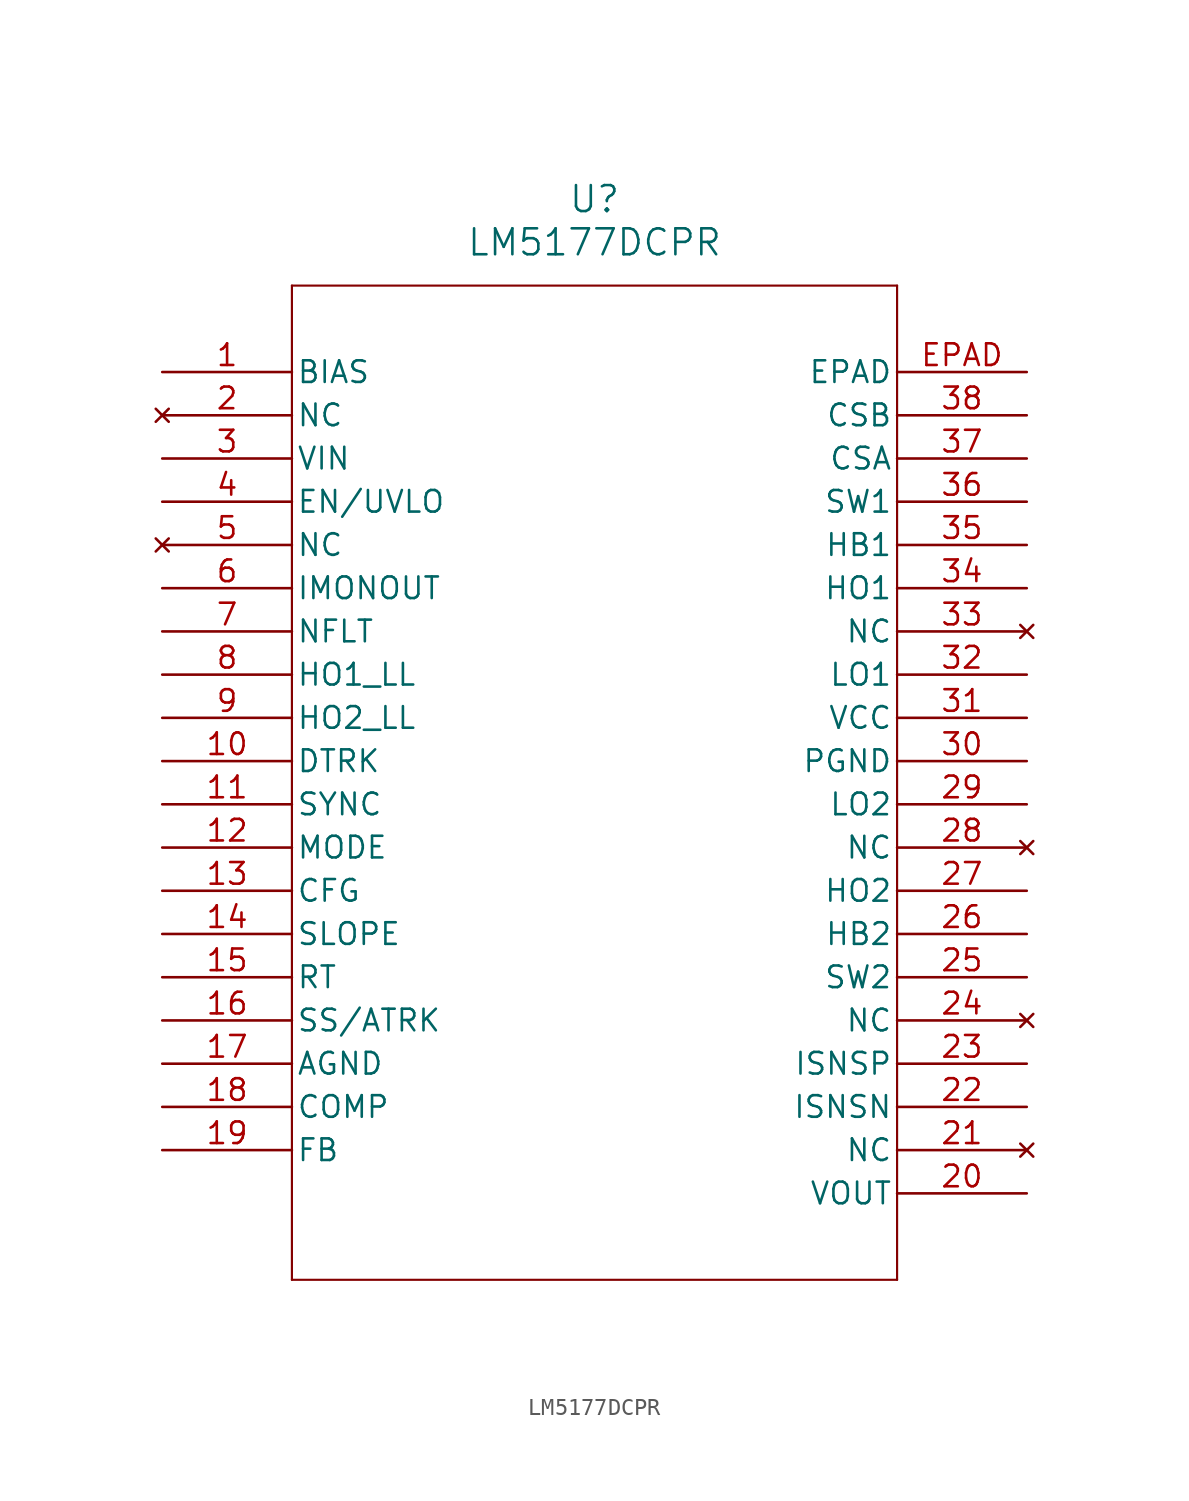
<source format=kicad_sym>
(kicad_symbol_lib
  (version 20211014)
  (generator kicad_symbol_editor)
  (symbol "LM5177DCPR"
    (pin_names
      (offset 0.254))
    (property "Reference" "U"
      (at 25.4 10.16 0)
      (effects (font (size 1.524 1.524))))
    (property "Value" "LM5177DCPR"
      (at 25.4 7.62 0)
      (effects (font (size 1.524 1.524))))
    (symbol "LM5177DCPR_0_1"
      (polyline (pts (xy 7.62 5.08) (xy 7.62 -53.34)) (stroke (width 0.127) (type default) (color 0 0 0 0)) (fill (type none)))
      (polyline (pts (xy 7.62 -53.34) (xy 43.18 -53.34)) (stroke (width 0.127) (type default) (color 0 0 0 0)) (fill (type none)))
      (polyline (pts (xy 43.18 -53.34) (xy 43.18 5.08)) (stroke (width 0.127) (type default) (color 0 0 0 0)) (fill (type none)))
      (polyline (pts (xy 43.18 5.08) (xy 7.62 5.08)) (stroke (width 0.127) (type default) (color 0 0 0 0)) (fill (type none)))
      (pin input line (at 0 0 0) (length 7.62) (name "BIAS" (effects (font (size 1.27 1.27)))) (number "1" (effects (font (size 1.27 1.27)))))
      (pin no_connect line (at 0 -2.54 0) (length 7.62) (name "NC" (effects (font (size 1.27 1.27)))) (number "2" (effects (font (size 1.27 1.27)))))
      (pin input line (at 0 -5.08 0) (length 7.62) (name "VIN" (effects (font (size 1.27 1.27)))) (number "3" (effects (font (size 1.27 1.27)))))
      (pin input line (at 0 -7.62 0) (length 7.62) (name "EN/UVLO" (effects (font (size 1.27 1.27)))) (number "4" (effects (font (size 1.27 1.27)))))
      (pin no_connect line (at 0 -10.16 0) (length 7.62) (name "NC" (effects (font (size 1.27 1.27)))) (number "5" (effects (font (size 1.27 1.27)))))
      (pin output line (at 0 -12.7 0) (length 7.62) (name "IMONOUT" (effects (font (size 1.27 1.27)))) (number "6" (effects (font (size 1.27 1.27)))))
      (pin output line (at 0 -15.24 0) (length 7.62) (name "NFLT" (effects (font (size 1.27 1.27)))) (number "7" (effects (font (size 1.27 1.27)))))
      (pin output line (at 0 -17.78 0) (length 7.62) (name "HO1_LL" (effects (font (size 1.27 1.27)))) (number "8" (effects (font (size 1.27 1.27)))))
      (pin output line (at 0 -20.32 0) (length 7.62) (name "HO2_LL" (effects (font (size 1.27 1.27)))) (number "9" (effects (font (size 1.27 1.27)))))
      (pin input line (at 0 -22.86 0) (length 7.62) (name "DTRK" (effects (font (size 1.27 1.27)))) (number "10" (effects (font (size 1.27 1.27)))))
      (pin input line (at 0 -25.4 0) (length 7.62) (name "SYNC" (effects (font (size 1.27 1.27)))) (number "11" (effects (font (size 1.27 1.27)))))
      (pin input line (at 0 -27.94 0) (length 7.62) (name "MODE" (effects (font (size 1.27 1.27)))) (number "12" (effects (font (size 1.27 1.27)))))
      (pin bidirectional line (at 0 -30.48 0) (length 7.62) (name "CFG" (effects (font (size 1.27 1.27)))) (number "13" (effects (font (size 1.27 1.27)))))
      (pin input line (at 0 -33.02 0) (length 7.62) (name "SLOPE" (effects (font (size 1.27 1.27)))) (number "14" (effects (font (size 1.27 1.27)))))
      (pin bidirectional line (at 0 -35.56 0) (length 7.62) (name "RT" (effects (font (size 1.27 1.27)))) (number "15" (effects (font (size 1.27 1.27)))))
      (pin bidirectional line (at 0 -38.1 0) (length 7.62) (name "SS/ATRK" (effects (font (size 1.27 1.27)))) (number "16" (effects (font (size 1.27 1.27)))))
      (pin power_out line (at 0 -40.64 0) (length 7.62) (name "AGND" (effects (font (size 1.27 1.27)))) (number "17" (effects (font (size 1.27 1.27)))))
      (pin output line (at 0 -43.18 0) (length 7.62) (name "COMP" (effects (font (size 1.27 1.27)))) (number "18" (effects (font (size 1.27 1.27)))))
      (pin input line (at 0 -45.72 0) (length 7.62) (name "FB" (effects (font (size 1.27 1.27)))) (number "19" (effects (font (size 1.27 1.27)))))
      (pin input line (at 50.8 -48.26 180) (length 7.62) (name "VOUT" (effects (font (size 1.27 1.27)))) (number "20" (effects (font (size 1.27 1.27)))))
      (pin no_connect line (at 50.8 -45.72 180) (length 7.62) (name "NC" (effects (font (size 1.27 1.27)))) (number "21" (effects (font (size 1.27 1.27)))))
      (pin input line (at 50.8 -43.18 180) (length 7.62) (name "ISNSN" (effects (font (size 1.27 1.27)))) (number "22" (effects (font (size 1.27 1.27)))))
      (pin input line (at 50.8 -40.64 180) (length 7.62) (name "ISNSP" (effects (font (size 1.27 1.27)))) (number "23" (effects (font (size 1.27 1.27)))))
      (pin no_connect line (at 50.8 -38.1 180) (length 7.62) (name "NC" (effects (font (size 1.27 1.27)))) (number "24" (effects (font (size 1.27 1.27)))))
      (pin power_in line (at 50.8 -35.56 180) (length 7.62) (name "SW2" (effects (font (size 1.27 1.27)))) (number "25" (effects (font (size 1.27 1.27)))))
      (pin power_in line (at 50.8 -33.02 180) (length 7.62) (name "HB2" (effects (font (size 1.27 1.27)))) (number "26" (effects (font (size 1.27 1.27)))))
      (pin output line (at 50.8 -30.48 180) (length 7.62) (name "HO2" (effects (font (size 1.27 1.27)))) (number "27" (effects (font (size 1.27 1.27)))))
      (pin no_connect line (at 50.8 -27.94 180) (length 7.62) (name "NC" (effects (font (size 1.27 1.27)))) (number "28" (effects (font (size 1.27 1.27)))))
      (pin output line (at 50.8 -25.4 180) (length 7.62) (name "LO2" (effects (font (size 1.27 1.27)))) (number "29" (effects (font (size 1.27 1.27)))))
      (pin power_out line (at 50.8 -22.86 180) (length 7.62) (name "PGND" (effects (font (size 1.27 1.27)))) (number "30" (effects (font (size 1.27 1.27)))))
      (pin power_in line (at 50.8 -20.32 180) (length 7.62) (name "VCC" (effects (font (size 1.27 1.27)))) (number "31" (effects (font (size 1.27 1.27)))))
      (pin output line (at 50.8 -17.78 180) (length 7.62) (name "LO1" (effects (font (size 1.27 1.27)))) (number "32" (effects (font (size 1.27 1.27)))))
      (pin no_connect line (at 50.8 -15.24 180) (length 7.62) (name "NC" (effects (font (size 1.27 1.27)))) (number "33" (effects (font (size 1.27 1.27)))))
      (pin output line (at 50.8 -12.7 180) (length 7.62) (name "HO1" (effects (font (size 1.27 1.27)))) (number "34" (effects (font (size 1.27 1.27)))))
      (pin power_in line (at 50.8 -10.16 180) (length 7.62) (name "HB1" (effects (font (size 1.27 1.27)))) (number "35" (effects (font (size 1.27 1.27)))))
      (pin power_in line (at 50.8 -7.62 180) (length 7.62) (name "SW1" (effects (font (size 1.27 1.27)))) (number "36" (effects (font (size 1.27 1.27)))))
      (pin input line (at 50.8 -5.08 180) (length 7.62) (name "CSA" (effects (font (size 1.27 1.27)))) (number "37" (effects (font (size 1.27 1.27)))))
      (pin input line (at 50.8 -2.54 180) (length 7.62) (name "CSB" (effects (font (size 1.27 1.27)))) (number "38" (effects (font (size 1.27 1.27)))))
      (pin power_out line (at 50.8 0 180) (length 7.62) (name "EPAD" (effects (font (size 1.27 1.27)))) (number "EPAD" (effects (font (size 1.27 1.27))))))))
</source>
